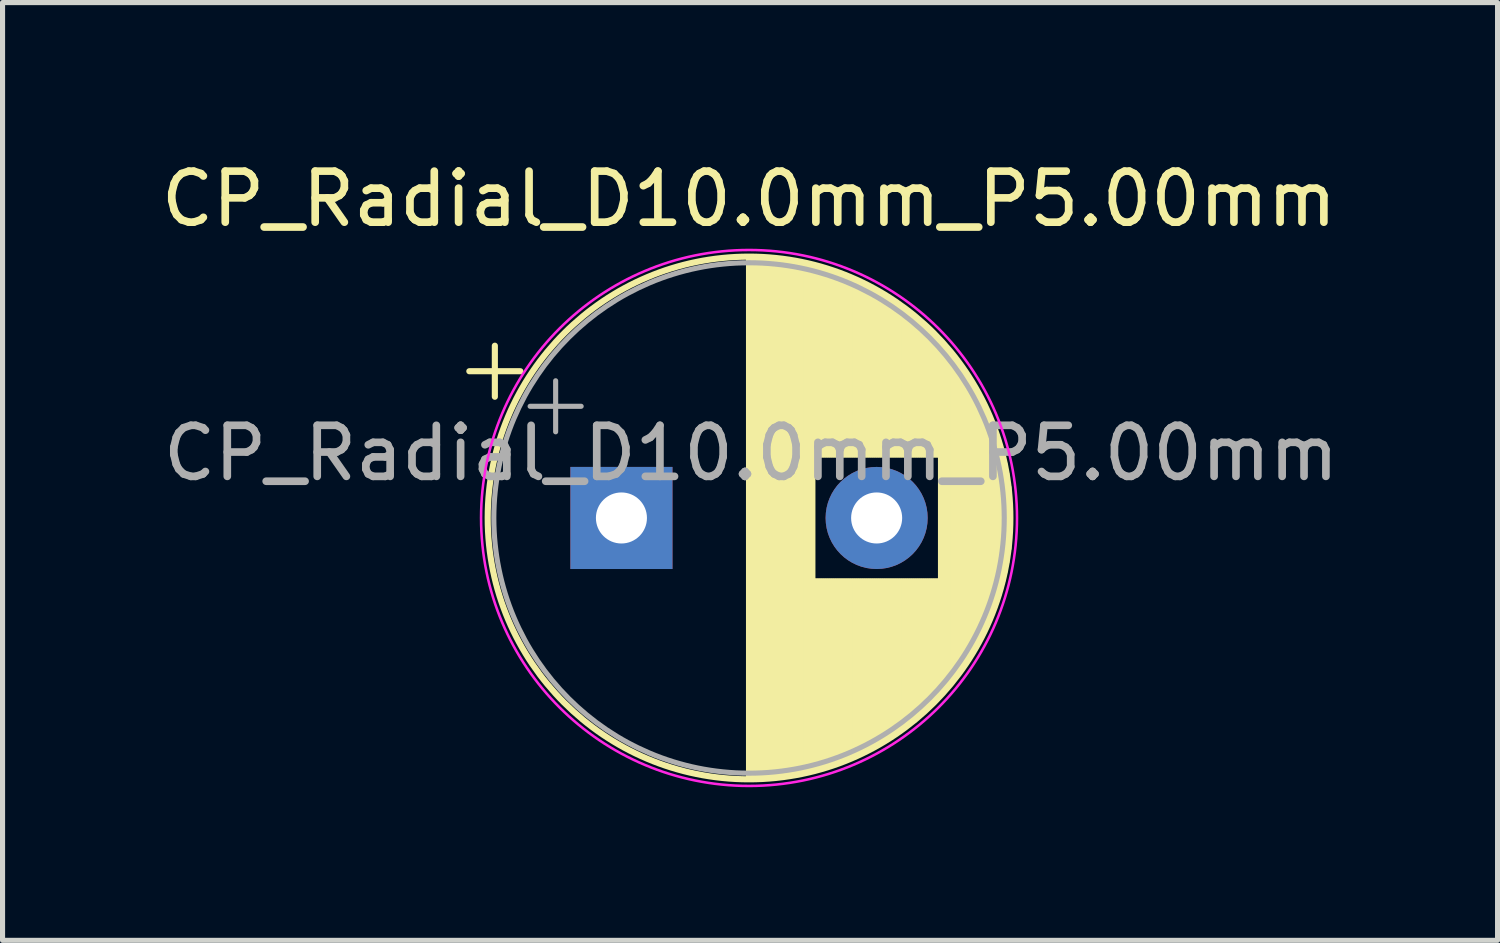
<source format=kicad_pcb>
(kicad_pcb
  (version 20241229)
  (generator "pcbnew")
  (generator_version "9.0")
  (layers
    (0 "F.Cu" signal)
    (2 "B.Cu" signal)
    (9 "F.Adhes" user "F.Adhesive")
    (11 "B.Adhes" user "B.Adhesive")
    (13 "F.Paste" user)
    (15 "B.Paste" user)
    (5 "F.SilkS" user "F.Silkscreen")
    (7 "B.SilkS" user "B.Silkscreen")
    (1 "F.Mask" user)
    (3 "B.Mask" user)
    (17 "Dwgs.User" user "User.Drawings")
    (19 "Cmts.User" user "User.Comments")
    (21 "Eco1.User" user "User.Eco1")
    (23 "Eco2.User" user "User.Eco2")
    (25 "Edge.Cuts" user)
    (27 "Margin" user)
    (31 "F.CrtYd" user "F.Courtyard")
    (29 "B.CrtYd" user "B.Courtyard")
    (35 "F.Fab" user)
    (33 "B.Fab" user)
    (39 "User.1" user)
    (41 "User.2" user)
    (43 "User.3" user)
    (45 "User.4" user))
  (footprint "CP_Radial_D10.0mm_P5.00mm"
    (layer "F.Cu")
    (at 9.125 7.098)
    (property "Reference" "CP_Radial_D10.0mm_P5.00mm" (at 2.5 -6.25 0) (layer "F.SilkS") (effects (font (size 1 1) (thickness 0.15))))
    (attr through_hole)
    (fp_line (start -2.98 -2.875) (end -1.98 -2.875) (stroke (width 0.12) (type solid)) (layer "F.SilkS"))
    (fp_line (start -2.48 -3.375) (end -2.48 -2.375) (stroke (width 0.12) (type solid)) (layer "F.SilkS"))
    (fp_line (start 2.5 -5.08) (end 2.5 5.08) (stroke (width 0.12) (type solid)) (layer "F.SilkS"))
    (fp_line (start 2.54 -5.08) (end 2.54 5.08) (stroke (width 0.12) (type solid)) (layer "F.SilkS"))
    (fp_line (start 2.58 -5.08) (end 2.58 5.08) (stroke (width 0.12) (type solid)) (layer "F.SilkS"))
    (fp_line (start 2.62 -5.079) (end 2.62 5.079) (stroke (width 0.12) (type solid)) (layer "F.SilkS"))
    (fp_line (start 2.66 -5.078) (end 2.66 5.078) (stroke (width 0.12) (type solid)) (layer "F.SilkS"))
    (fp_line (start 2.7 -5.077) (end 2.7 5.077) (stroke (width 0.12) (type solid)) (layer "F.SilkS"))
    (fp_line (start 2.74 -5.075) (end 2.74 5.075) (stroke (width 0.12) (type solid)) (layer "F.SilkS"))
    (fp_line (start 2.78 -5.073) (end 2.78 5.073) (stroke (width 0.12) (type solid)) (layer "F.SilkS"))
    (fp_line (start 2.82 -5.07) (end 2.82 5.07) (stroke (width 0.12) (type solid)) (layer "F.SilkS"))
    (fp_line (start 2.86 -5.068) (end 2.86 5.068) (stroke (width 0.12) (type solid)) (layer "F.SilkS"))
    (fp_line (start 2.9 -5.065) (end 2.9 5.065) (stroke (width 0.12) (type solid)) (layer "F.SilkS"))
    (fp_line (start 2.94 -5.062) (end 2.94 5.062) (stroke (width 0.12) (type solid)) (layer "F.SilkS"))
    (fp_line (start 2.98 -5.058) (end 2.98 5.058) (stroke (width 0.12) (type solid)) (layer "F.SilkS"))
    (fp_line (start 3.02 -5.054) (end 3.02 5.054) (stroke (width 0.12) (type solid)) (layer "F.SilkS"))
    (fp_line (start 3.06 -5.05) (end 3.06 5.05) (stroke (width 0.12) (type solid)) (layer "F.SilkS"))
    (fp_line (start 3.1 -5.045) (end 3.1 5.045) (stroke (width 0.12) (type solid)) (layer "F.SilkS"))
    (fp_line (start 3.14 -5.04) (end 3.14 5.04) (stroke (width 0.12) (type solid)) (layer "F.SilkS"))
    (fp_line (start 3.18 -5.035) (end 3.18 5.035) (stroke (width 0.12) (type solid)) (layer "F.SilkS"))
    (fp_line (start 3.221 -5.03) (end 3.221 5.03) (stroke (width 0.12) (type solid)) (layer "F.SilkS"))
    (fp_line (start 3.261 -5.024) (end 3.261 5.024) (stroke (width 0.12) (type solid)) (layer "F.SilkS"))
    (fp_line (start 3.301 -5.018) (end 3.301 5.018) (stroke (width 0.12) (type solid)) (layer "F.SilkS"))
    (fp_line (start 3.341 -5.011) (end 3.341 5.011) (stroke (width 0.12) (type solid)) (layer "F.SilkS"))
    (fp_line (start 3.381 -5.004) (end 3.381 5.004) (stroke (width 0.12) (type solid)) (layer "F.SilkS"))
    (fp_line (start 3.421 -4.997) (end 3.421 4.997) (stroke (width 0.12) (type solid)) (layer "F.SilkS"))
    (fp_line (start 3.461 -4.99) (end 3.461 4.99) (stroke (width 0.12) (type solid)) (layer "F.SilkS"))
    (fp_line (start 3.501 -4.982) (end 3.501 4.982) (stroke (width 0.12) (type solid)) (layer "F.SilkS"))
    (fp_line (start 3.541 -4.974) (end 3.541 4.974) (stroke (width 0.12) (type solid)) (layer "F.SilkS"))
    (fp_line (start 3.581 -4.965) (end 3.581 4.965) (stroke (width 0.12) (type solid)) (layer "F.SilkS"))
    (fp_line (start 3.621 -4.956) (end 3.621 4.956) (stroke (width 0.12) (type solid)) (layer "F.SilkS"))
    (fp_line (start 3.661 -4.947) (end 3.661 4.947) (stroke (width 0.12) (type solid)) (layer "F.SilkS"))
    (fp_line (start 3.701 -4.938) (end 3.701 4.938) (stroke (width 0.12) (type solid)) (layer "F.SilkS"))
    (fp_line (start 3.741 -4.928) (end 3.741 4.928) (stroke (width 0.12) (type solid)) (layer "F.SilkS"))
    (fp_line (start 3.781 -4.918) (end 3.781 -1.241) (stroke (width 0.12) (type solid)) (layer "F.SilkS"))
    (fp_line (start 3.781 1.241) (end 3.781 4.918) (stroke (width 0.12) (type solid)) (layer "F.SilkS"))
    (fp_line (start 3.821 -4.907) (end 3.821 -1.241) (stroke (width 0.12) (type solid)) (layer "F.SilkS"))
    (fp_line (start 3.821 1.241) (end 3.821 4.907) (stroke (width 0.12) (type solid)) (layer "F.SilkS"))
    (fp_line (start 3.861 -4.897) (end 3.861 -1.241) (stroke (width 0.12) (type solid)) (layer "F.SilkS"))
    (fp_line (start 3.861 1.241) (end 3.861 4.897) (stroke (width 0.12) (type solid)) (layer "F.SilkS"))
    (fp_line (start 3.901 -4.885) (end 3.901 -1.241) (stroke (width 0.12) (type solid)) (layer "F.SilkS"))
    (fp_line (start 3.901 1.241) (end 3.901 4.885) (stroke (width 0.12) (type solid)) (layer "F.SilkS"))
    (fp_line (start 3.941 -4.874) (end 3.941 -1.241) (stroke (width 0.12) (type solid)) (layer "F.SilkS"))
    (fp_line (start 3.941 1.241) (end 3.941 4.874) (stroke (width 0.12) (type solid)) (layer "F.SilkS"))
    (fp_line (start 3.981 -4.862) (end 3.981 -1.241) (stroke (width 0.12) (type solid)) (layer "F.SilkS"))
    (fp_line (start 3.981 1.241) (end 3.981 4.862) (stroke (width 0.12) (type solid)) (layer "F.SilkS"))
    (fp_line (start 4.021 -4.85) (end 4.021 -1.241) (stroke (width 0.12) (type solid)) (layer "F.SilkS"))
    (fp_line (start 4.021 1.241) (end 4.021 4.85) (stroke (width 0.12) (type solid)) (layer "F.SilkS"))
    (fp_line (start 4.061 -4.837) (end 4.061 -1.241) (stroke (width 0.12) (type solid)) (layer "F.SilkS"))
    (fp_line (start 4.061 1.241) (end 4.061 4.837) (stroke (width 0.12) (type solid)) (layer "F.SilkS"))
    (fp_line (start 4.101 -4.824) (end 4.101 -1.241) (stroke (width 0.12) (type solid)) (layer "F.SilkS"))
    (fp_line (start 4.101 1.241) (end 4.101 4.824) (stroke (width 0.12) (type solid)) (layer "F.SilkS"))
    (fp_line (start 4.141 -4.811) (end 4.141 -1.241) (stroke (width 0.12) (type solid)) (layer "F.SilkS"))
    (fp_line (start 4.141 1.241) (end 4.141 4.811) (stroke (width 0.12) (type solid)) (layer "F.SilkS"))
    (fp_line (start 4.181 -4.797) (end 4.181 -1.241) (stroke (width 0.12) (type solid)) (layer "F.SilkS"))
    (fp_line (start 4.181 1.241) (end 4.181 4.797) (stroke (width 0.12) (type solid)) (layer "F.SilkS"))
    (fp_line (start 4.221 -4.783) (end 4.221 -1.241) (stroke (width 0.12) (type solid)) (layer "F.SilkS"))
    (fp_line (start 4.221 1.241) (end 4.221 4.783) (stroke (width 0.12) (type solid)) (layer "F.SilkS"))
    (fp_line (start 4.261 -4.768) (end 4.261 -1.241) (stroke (width 0.12) (type solid)) (layer "F.SilkS"))
    (fp_line (start 4.261 1.241) (end 4.261 4.768) (stroke (width 0.12) (type solid)) (layer "F.SilkS"))
    (fp_line (start 4.301 -4.754) (end 4.301 -1.241) (stroke (width 0.12) (type solid)) (layer "F.SilkS"))
    (fp_line (start 4.301 1.241) (end 4.301 4.754) (stroke (width 0.12) (type solid)) (layer "F.SilkS"))
    (fp_line (start 4.341 -4.738) (end 4.341 -1.241) (stroke (width 0.12) (type solid)) (layer "F.SilkS"))
    (fp_line (start 4.341 1.241) (end 4.341 4.738) (stroke (width 0.12) (type solid)) (layer "F.SilkS"))
    (fp_line (start 4.381 -4.723) (end 4.381 -1.241) (stroke (width 0.12) (type solid)) (layer "F.SilkS"))
    (fp_line (start 4.381 1.241) (end 4.381 4.723) (stroke (width 0.12) (type solid)) (layer "F.SilkS"))
    (fp_line (start 4.421 -4.707) (end 4.421 -1.241) (stroke (width 0.12) (type solid)) (layer "F.SilkS"))
    (fp_line (start 4.421 1.241) (end 4.421 4.707) (stroke (width 0.12) (type solid)) (layer "F.SilkS"))
    (fp_line (start 4.461 -4.69) (end 4.461 -1.241) (stroke (width 0.12) (type solid)) (layer "F.SilkS"))
    (fp_line (start 4.461 1.241) (end 4.461 4.69) (stroke (width 0.12) (type solid)) (layer "F.SilkS"))
    (fp_line (start 4.501 -4.674) (end 4.501 -1.241) (stroke (width 0.12) (type solid)) (layer "F.SilkS"))
    (fp_line (start 4.501 1.241) (end 4.501 4.674) (stroke (width 0.12) (type solid)) (layer "F.SilkS"))
    (fp_line (start 4.541 -4.657) (end 4.541 -1.241) (stroke (width 0.12) (type solid)) (layer "F.SilkS"))
    (fp_line (start 4.541 1.241) (end 4.541 4.657) (stroke (width 0.12) (type solid)) (layer "F.SilkS"))
    (fp_line (start 4.581 -4.639) (end 4.581 -1.241) (stroke (width 0.12) (type solid)) (layer "F.SilkS"))
    (fp_line (start 4.581 1.241) (end 4.581 4.639) (stroke (width 0.12) (type solid)) (layer "F.SilkS"))
    (fp_line (start 4.621 -4.621) (end 4.621 -1.241) (stroke (width 0.12) (type solid)) (layer "F.SilkS"))
    (fp_line (start 4.621 1.241) (end 4.621 4.621) (stroke (width 0.12) (type solid)) (layer "F.SilkS"))
    (fp_line (start 4.661 -4.603) (end 4.661 -1.241) (stroke (width 0.12) (type solid)) (layer "F.SilkS"))
    (fp_line (start 4.661 1.241) (end 4.661 4.603) (stroke (width 0.12) (type solid)) (layer "F.SilkS"))
    (fp_line (start 4.701 -4.584) (end 4.701 -1.241) (stroke (width 0.12) (type solid)) (layer "F.SilkS"))
    (fp_line (start 4.701 1.241) (end 4.701 4.584) (stroke (width 0.12) (type solid)) (layer "F.SilkS"))
    (fp_line (start 4.741 -4.564) (end 4.741 -1.241) (stroke (width 0.12) (type solid)) (layer "F.SilkS"))
    (fp_line (start 4.741 1.241) (end 4.741 4.564) (stroke (width 0.12) (type solid)) (layer "F.SilkS"))
    (fp_line (start 4.781 -4.545) (end 4.781 -1.241) (stroke (width 0.12) (type solid)) (layer "F.SilkS"))
    (fp_line (start 4.781 1.241) (end 4.781 4.545) (stroke (width 0.12) (type solid)) (layer "F.SilkS"))
    (fp_line (start 4.821 -4.525) (end 4.821 -1.241) (stroke (width 0.12) (type solid)) (layer "F.SilkS"))
    (fp_line (start 4.821 1.241) (end 4.821 4.525) (stroke (width 0.12) (type solid)) (layer "F.SilkS"))
    (fp_line (start 4.861 -4.504) (end 4.861 -1.241) (stroke (width 0.12) (type solid)) (layer "F.SilkS"))
    (fp_line (start 4.861 1.241) (end 4.861 4.504) (stroke (width 0.12) (type solid)) (layer "F.SilkS"))
    (fp_line (start 4.901 -4.483) (end 4.901 -1.241) (stroke (width 0.12) (type solid)) (layer "F.SilkS"))
    (fp_line (start 4.901 1.241) (end 4.901 4.483) (stroke (width 0.12) (type solid)) (layer "F.SilkS"))
    (fp_line (start 4.941 -4.462) (end 4.941 -1.241) (stroke (width 0.12) (type solid)) (layer "F.SilkS"))
    (fp_line (start 4.941 1.241) (end 4.941 4.462) (stroke (width 0.12) (type solid)) (layer "F.SilkS"))
    (fp_line (start 4.981 -4.44) (end 4.981 -1.241) (stroke (width 0.12) (type solid)) (layer "F.SilkS"))
    (fp_line (start 4.981 1.241) (end 4.981 4.44) (stroke (width 0.12) (type solid)) (layer "F.SilkS"))
    (fp_line (start 5.021 -4.417) (end 5.021 -1.241) (stroke (width 0.12) (type solid)) (layer "F.SilkS"))
    (fp_line (start 5.021 1.241) (end 5.021 4.417) (stroke (width 0.12) (type solid)) (layer "F.SilkS"))
    (fp_line (start 5.061 -4.395) (end 5.061 -1.241) (stroke (width 0.12) (type solid)) (layer "F.SilkS"))
    (fp_line (start 5.061 1.241) (end 5.061 4.395) (stroke (width 0.12) (type solid)) (layer "F.SilkS"))
    (fp_line (start 5.101 -4.371) (end 5.101 -1.241) (stroke (width 0.12) (type solid)) (layer "F.SilkS"))
    (fp_line (start 5.101 1.241) (end 5.101 4.371) (stroke (width 0.12) (type solid)) (layer "F.SilkS"))
    (fp_line (start 5.141 -4.347) (end 5.141 -1.241) (stroke (width 0.12) (type solid)) (layer "F.SilkS"))
    (fp_line (start 5.141 1.241) (end 5.141 4.347) (stroke (width 0.12) (type solid)) (layer "F.SilkS"))
    (fp_line (start 5.181 -4.323) (end 5.181 -1.241) (stroke (width 0.12) (type solid)) (layer "F.SilkS"))
    (fp_line (start 5.181 1.241) (end 5.181 4.323) (stroke (width 0.12) (type solid)) (layer "F.SilkS"))
    (fp_line (start 5.221 -4.298) (end 5.221 -1.241) (stroke (width 0.12) (type solid)) (layer "F.SilkS"))
    (fp_line (start 5.221 1.241) (end 5.221 4.298) (stroke (width 0.12) (type solid)) (layer "F.SilkS"))
    (fp_line (start 5.261 -4.273) (end 5.261 -1.241) (stroke (width 0.12) (type solid)) (layer "F.SilkS"))
    (fp_line (start 5.261 1.241) (end 5.261 4.273) (stroke (width 0.12) (type solid)) (layer "F.SilkS"))
    (fp_line (start 5.301 -4.247) (end 5.301 -1.241) (stroke (width 0.12) (type solid)) (layer "F.SilkS"))
    (fp_line (start 5.301 1.241) (end 5.301 4.247) (stroke (width 0.12) (type solid)) (layer "F.SilkS"))
    (fp_line (start 5.341 -4.221) (end 5.341 -1.241) (stroke (width 0.12) (type solid)) (layer "F.SilkS"))
    (fp_line (start 5.341 1.241) (end 5.341 4.221) (stroke (width 0.12) (type solid)) (layer "F.SilkS"))
    (fp_line (start 5.381 -4.194) (end 5.381 -1.241) (stroke (width 0.12) (type solid)) (layer "F.SilkS"))
    (fp_line (start 5.381 1.241) (end 5.381 4.194) (stroke (width 0.12) (type solid)) (layer "F.SilkS"))
    (fp_line (start 5.421 -4.166) (end 5.421 -1.241) (stroke (width 0.12) (type solid)) (layer "F.SilkS"))
    (fp_line (start 5.421 1.241) (end 5.421 4.166) (stroke (width 0.12) (type solid)) (layer "F.SilkS"))
    (fp_line (start 5.461 -4.138) (end 5.461 -1.241) (stroke (width 0.12) (type solid)) (layer "F.SilkS"))
    (fp_line (start 5.461 1.241) (end 5.461 4.138) (stroke (width 0.12) (type solid)) (layer "F.SilkS"))
    (fp_line (start 5.501 -4.11) (end 5.501 -1.241) (stroke (width 0.12) (type solid)) (layer "F.SilkS"))
    (fp_line (start 5.501 1.241) (end 5.501 4.11) (stroke (width 0.12) (type solid)) (layer "F.SilkS"))
    (fp_line (start 5.541 -4.08) (end 5.541 -1.241) (stroke (width 0.12) (type solid)) (layer "F.SilkS"))
    (fp_line (start 5.541 1.241) (end 5.541 4.08) (stroke (width 0.12) (type solid)) (layer "F.SilkS"))
    (fp_line (start 5.581 -4.05) (end 5.581 -1.241) (stroke (width 0.12) (type solid)) (layer "F.SilkS"))
    (fp_line (start 5.581 1.241) (end 5.581 4.05) (stroke (width 0.12) (type solid)) (layer "F.SilkS"))
    (fp_line (start 5.621 -4.02) (end 5.621 -1.241) (stroke (width 0.12) (type solid)) (layer "F.SilkS"))
    (fp_line (start 5.621 1.241) (end 5.621 4.02) (stroke (width 0.12) (type solid)) (layer "F.SilkS"))
    (fp_line (start 5.661 -3.989) (end 5.661 -1.241) (stroke (width 0.12) (type solid)) (layer "F.SilkS"))
    (fp_line (start 5.661 1.241) (end 5.661 3.989) (stroke (width 0.12) (type solid)) (layer "F.SilkS"))
    (fp_line (start 5.701 -3.957) (end 5.701 -1.241) (stroke (width 0.12) (type solid)) (layer "F.SilkS"))
    (fp_line (start 5.701 1.241) (end 5.701 3.957) (stroke (width 0.12) (type solid)) (layer "F.SilkS"))
    (fp_line (start 5.741 -3.925) (end 5.741 -1.241) (stroke (width 0.12) (type solid)) (layer "F.SilkS"))
    (fp_line (start 5.741 1.241) (end 5.741 3.925) (stroke (width 0.12) (type solid)) (layer "F.SilkS"))
    (fp_line (start 5.781 -3.892) (end 5.781 -1.241) (stroke (width 0.12) (type solid)) (layer "F.SilkS"))
    (fp_line (start 5.781 1.241) (end 5.781 3.892) (stroke (width 0.12) (type solid)) (layer "F.SilkS"))
    (fp_line (start 5.821 -3.858) (end 5.821 -1.241) (stroke (width 0.12) (type solid)) (layer "F.SilkS"))
    (fp_line (start 5.821 1.241) (end 5.821 3.858) (stroke (width 0.12) (type solid)) (layer "F.SilkS"))
    (fp_line (start 5.861 -3.824) (end 5.861 -1.241) (stroke (width 0.12) (type solid)) (layer "F.SilkS"))
    (fp_line (start 5.861 1.241) (end 5.861 3.824) (stroke (width 0.12) (type solid)) (layer "F.SilkS"))
    (fp_line (start 5.901 -3.789) (end 5.901 -1.241) (stroke (width 0.12) (type solid)) (layer "F.SilkS"))
    (fp_line (start 5.901 1.241) (end 5.901 3.789) (stroke (width 0.12) (type solid)) (layer "F.SilkS"))
    (fp_line (start 5.941 -3.753) (end 5.941 -1.241) (stroke (width 0.12) (type solid)) (layer "F.SilkS"))
    (fp_line (start 5.941 1.241) (end 5.941 3.753) (stroke (width 0.12) (type solid)) (layer "F.SilkS"))
    (fp_line (start 5.981 -3.716) (end 5.981 -1.241) (stroke (width 0.12) (type solid)) (layer "F.SilkS"))
    (fp_line (start 5.981 1.241) (end 5.981 3.716) (stroke (width 0.12) (type solid)) (layer "F.SilkS"))
    (fp_line (start 6.021 -3.679) (end 6.021 -1.241) (stroke (width 0.12) (type solid)) (layer "F.SilkS"))
    (fp_line (start 6.021 1.241) (end 6.021 3.679) (stroke (width 0.12) (type solid)) (layer "F.SilkS"))
    (fp_line (start 6.061 -3.64) (end 6.061 -1.241) (stroke (width 0.12) (type solid)) (layer "F.SilkS"))
    (fp_line (start 6.061 1.241) (end 6.061 3.64) (stroke (width 0.12) (type solid)) (layer "F.SilkS"))
    (fp_line (start 6.101 -3.601) (end 6.101 -1.241) (stroke (width 0.12) (type solid)) (layer "F.SilkS"))
    (fp_line (start 6.101 1.241) (end 6.101 3.601) (stroke (width 0.12) (type solid)) (layer "F.SilkS"))
    (fp_line (start 6.141 -3.561) (end 6.141 -1.241) (stroke (width 0.12) (type solid)) (layer "F.SilkS"))
    (fp_line (start 6.141 1.241) (end 6.141 3.561) (stroke (width 0.12) (type solid)) (layer "F.SilkS"))
    (fp_line (start 6.181 -3.52) (end 6.181 -1.241) (stroke (width 0.12) (type solid)) (layer "F.SilkS"))
    (fp_line (start 6.181 1.241) (end 6.181 3.52) (stroke (width 0.12) (type solid)) (layer "F.SilkS"))
    (fp_line (start 6.221 -3.478) (end 6.221 -1.241) (stroke (width 0.12) (type solid)) (layer "F.SilkS"))
    (fp_line (start 6.221 1.241) (end 6.221 3.478) (stroke (width 0.12) (type solid)) (layer "F.SilkS"))
    (fp_line (start 6.261 -3.436) (end 6.261 3.436) (stroke (width 0.12) (type solid)) (layer "F.SilkS"))
    (fp_line (start 6.301 -3.392) (end 6.301 3.392) (stroke (width 0.12) (type solid)) (layer "F.SilkS"))
    (fp_line (start 6.341 -3.347) (end 6.341 3.347) (stroke (width 0.12) (type solid)) (layer "F.SilkS"))
    (fp_line (start 6.381 -3.301) (end 6.381 3.301) (stroke (width 0.12) (type solid)) (layer "F.SilkS"))
    (fp_line (start 6.421 -3.254) (end 6.421 3.254) (stroke (width 0.12) (type solid)) (layer "F.SilkS"))
    (fp_line (start 6.461 -3.206) (end 6.461 3.206) (stroke (width 0.12) (type solid)) (layer "F.SilkS"))
    (fp_line (start 6.501 -3.156) (end 6.501 3.156) (stroke (width 0.12) (type solid)) (layer "F.SilkS"))
    (fp_line (start 6.541 -3.106) (end 6.541 3.106) (stroke (width 0.12) (type solid)) (layer "F.SilkS"))
    (fp_line (start 6.581 -3.054) (end 6.581 3.054) (stroke (width 0.12) (type solid)) (layer "F.SilkS"))
    (fp_line (start 6.621 -3) (end 6.621 3) (stroke (width 0.12) (type solid)) (layer "F.SilkS"))
    (fp_line (start 6.661 -2.945) (end 6.661 2.945) (stroke (width 0.12) (type solid)) (layer "F.SilkS"))
    (fp_line (start 6.701 -2.889) (end 6.701 2.889) (stroke (width 0.12) (type solid)) (layer "F.SilkS"))
    (fp_line (start 6.741 -2.83) (end 6.741 2.83) (stroke (width 0.12) (type solid)) (layer "F.SilkS"))
    (fp_line (start 6.781 -2.77) (end 6.781 2.77) (stroke (width 0.12) (type solid)) (layer "F.SilkS"))
    (fp_line (start 6.821 -2.709) (end 6.821 2.709) (stroke (width 0.12) (type solid)) (layer "F.SilkS"))
    (fp_line (start 6.861 -2.645) (end 6.861 2.645) (stroke (width 0.12) (type solid)) (layer "F.SilkS"))
    (fp_line (start 6.901 -2.579) (end 6.901 2.579) (stroke (width 0.12) (type solid)) (layer "F.SilkS"))
    (fp_line (start 6.941 -2.51) (end 6.941 2.51) (stroke (width 0.12) (type solid)) (layer "F.SilkS"))
    (fp_line (start 6.981 -2.439) (end 6.981 2.439) (stroke (width 0.12) (type solid)) (layer "F.SilkS"))
    (fp_line (start 7.021 -2.365) (end 7.021 2.365) (stroke (width 0.12) (type solid)) (layer "F.SilkS"))
    (fp_line (start 7.061 -2.289) (end 7.061 2.289) (stroke (width 0.12) (type solid)) (layer "F.SilkS"))
    (fp_line (start 7.101 -2.209) (end 7.101 2.209) (stroke (width 0.12) (type solid)) (layer "F.SilkS"))
    (fp_line (start 7.141 -2.125) (end 7.141 2.125) (stroke (width 0.12) (type solid)) (layer "F.SilkS"))
    (fp_line (start 7.181 -2.037) (end 7.181 2.037) (stroke (width 0.12) (type solid)) (layer "F.SilkS"))
    (fp_line (start 7.221 -1.944) (end 7.221 1.944) (stroke (width 0.12) (type solid)) (layer "F.SilkS"))
    (fp_line (start 7.261 -1.846) (end 7.261 1.846) (stroke (width 0.12) (type solid)) (layer "F.SilkS"))
    (fp_line (start 7.301 -1.742) (end 7.301 1.742) (stroke (width 0.12) (type solid)) (layer "F.SilkS"))
    (fp_line (start 7.341 -1.63) (end 7.341 1.63) (stroke (width 0.12) (type solid)) (layer "F.SilkS"))
    (fp_line (start 7.381 -1.51) (end 7.381 1.51) (stroke (width 0.12) (type solid)) (layer "F.SilkS"))
    (fp_line (start 7.421 -1.378) (end 7.421 1.378) (stroke (width 0.12) (type solid)) (layer "F.SilkS"))
    (fp_line (start 7.461 -1.23) (end 7.461 1.23) (stroke (width 0.12) (type solid)) (layer "F.SilkS"))
    (fp_line (start 7.501 -1.062) (end 7.501 1.062) (stroke (width 0.12) (type solid)) (layer "F.SilkS"))
    (fp_line (start 7.541 -0.862) (end 7.541 0.862) (stroke (width 0.12) (type solid)) (layer "F.SilkS"))
    (fp_line (start 7.581 -0.599) (end 7.581 0.599) (stroke (width 0.12) (type solid)) (layer "F.SilkS"))
    (fp_circle (center 2.5 0) (end 7.62 0) (stroke (width 0.12) (type solid)) (fill no) (layer "F.SilkS"))
    (fp_circle (center 2.5 0) (end 7.75 0) (stroke (width 0.05) (type solid)) (fill no) (layer "F.CrtYd"))
    (fp_line (start -1.789 -2.188) (end -0.789 -2.188) (stroke (width 0.1) (type solid)) (layer "F.Fab"))
    (fp_line (start -1.289 -2.688) (end -1.289 -1.688) (stroke (width 0.1) (type solid)) (layer "F.Fab"))
    (fp_circle (center 2.5 0) (end 7.5 0) (stroke (width 0.1) (type solid)) (fill no) (layer "F.Fab"))
    (fp_text user "${REFERENCE}" (at 2.54 -1.27 0) (layer "F.Fab") (effects (font (size 1 1) (thickness 0.15))))
    (pad "1" thru_hole rect (at 0 0) (size 2 2) (drill 1) (layers "*.Cu" "*.Mask"))
    (pad "2" thru_hole circle (at 5 0) (size 2 2) (drill 1) (layers "*.Cu" "*.Mask")))
  (gr_rect
    (start -3 -3)
    (end 26.29 15.373)
    (stroke (width 0.1) (type default))
    (fill no)
    (layer "Edge.Cuts")))
</source>
